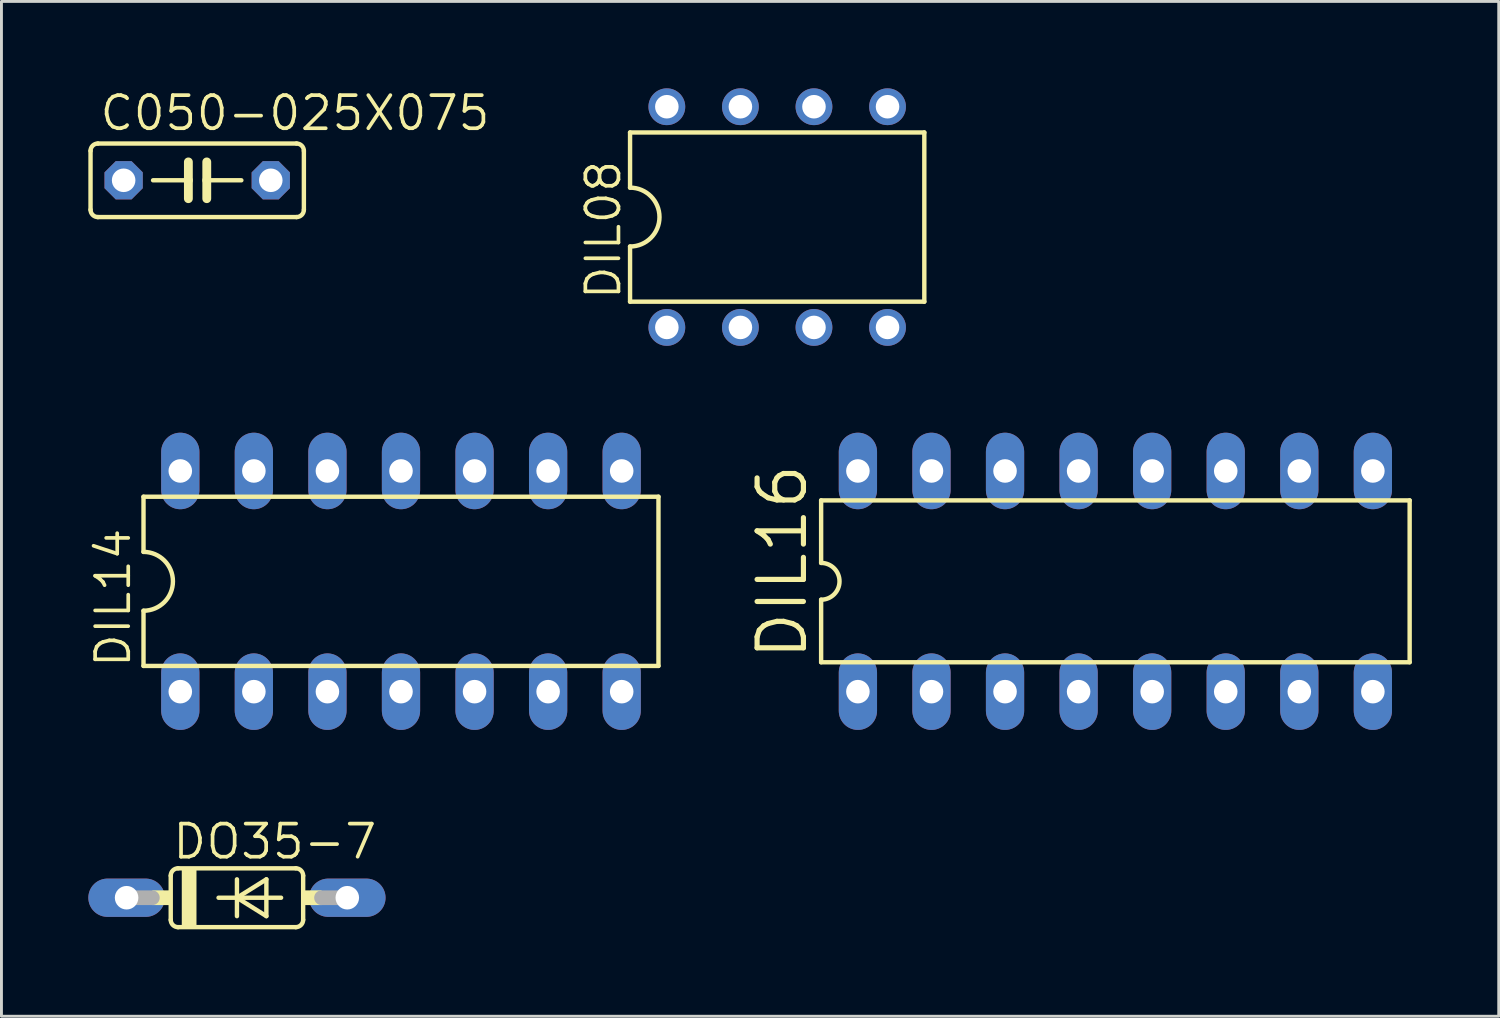
<source format=kicad_pcb>
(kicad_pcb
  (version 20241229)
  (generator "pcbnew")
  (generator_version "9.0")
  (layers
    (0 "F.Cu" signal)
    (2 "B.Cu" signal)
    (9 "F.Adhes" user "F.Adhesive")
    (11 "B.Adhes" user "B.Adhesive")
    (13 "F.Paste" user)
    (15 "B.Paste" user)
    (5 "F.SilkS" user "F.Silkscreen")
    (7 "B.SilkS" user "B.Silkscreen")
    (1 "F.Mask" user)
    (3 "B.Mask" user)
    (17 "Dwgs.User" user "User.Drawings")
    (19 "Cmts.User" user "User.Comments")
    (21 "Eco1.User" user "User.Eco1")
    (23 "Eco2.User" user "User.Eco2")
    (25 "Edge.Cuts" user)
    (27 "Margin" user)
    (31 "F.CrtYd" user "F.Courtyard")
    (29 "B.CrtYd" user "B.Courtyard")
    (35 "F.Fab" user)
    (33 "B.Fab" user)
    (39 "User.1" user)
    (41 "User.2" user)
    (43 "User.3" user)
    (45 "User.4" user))
  (footprint "DIL16"
    (layer "F.Cu")
    (at 35.461 17.021)
    (property "Reference" "DIL16" (at -10.566 2.794 90) (unlocked yes) (layer "F.SilkS") (effects (font (size 1.6 1.6) (thickness 0.178)) (justify left bottom)))
    (fp_line (start -10.16 -2.794) (end -10.16 -0.635) (stroke (width 0.152) (type solid)) (layer "F.SilkS"))
    (fp_line (start -10.16 0.635) (end -10.16 2.794) (stroke (width 0.152) (type solid)) (layer "F.SilkS"))
    (fp_line (start -10.16 2.794) (end 10.16 2.794) (stroke (width 0.152) (type solid)) (layer "F.SilkS"))
    (fp_line (start 10.16 -2.794) (end -10.16 -2.794) (stroke (width 0.152) (type solid)) (layer "F.SilkS"))
    (fp_line (start 10.16 2.794) (end 10.16 -2.794) (stroke (width 0.152) (type solid)) (layer "F.SilkS"))
    (fp_arc (start -10.16 -0.635) (mid -9.525 0) (end -10.16 0.635) (stroke (width 0.1524) (type solid)) (layer "F.SilkS"))
    (pad "1" thru_hole oval (at -8.89 3.81 90) (size 2.642 1.321) (drill 0.813) (layers "*.Cu" "*.Mask"))
    (pad "2" thru_hole oval (at -6.35 3.81 90) (size 2.642 1.321) (drill 0.813) (layers "*.Cu" "*.Mask"))
    (pad "3" thru_hole oval (at -3.81 3.81 90) (size 2.642 1.321) (drill 0.813) (layers "*.Cu" "*.Mask"))
    (pad "4" thru_hole oval (at -1.27 3.81 90) (size 2.642 1.321) (drill 0.813) (layers "*.Cu" "*.Mask"))
    (pad "5" thru_hole oval (at 1.27 3.81 90) (size 2.642 1.321) (drill 0.813) (layers "*.Cu" "*.Mask"))
    (pad "6" thru_hole oval (at 3.81 3.81 90) (size 2.642 1.321) (drill 0.813) (layers "*.Cu" "*.Mask"))
    (pad "7" thru_hole oval (at 6.35 3.81 90) (size 2.642 1.321) (drill 0.813) (layers "*.Cu" "*.Mask"))
    (pad "8" thru_hole oval (at 8.89 3.81 90) (size 2.642 1.321) (drill 0.813) (layers "*.Cu" "*.Mask"))
    (pad "9" thru_hole oval (at 8.89 -3.81 90) (size 2.642 1.321) (drill 0.813) (layers "*.Cu" "*.Mask"))
    (pad "10" thru_hole oval (at 6.35 -3.81 90) (size 2.642 1.321) (drill 0.813) (layers "*.Cu" "*.Mask"))
    (pad "11" thru_hole oval (at 3.81 -3.81 90) (size 2.642 1.321) (drill 0.813) (layers "*.Cu" "*.Mask"))
    (pad "12" thru_hole oval (at 1.27 -3.81 90) (size 2.642 1.321) (drill 0.813) (layers "*.Cu" "*.Mask"))
    (pad "13" thru_hole oval (at -1.27 -3.81 90) (size 2.642 1.321) (drill 0.813) (layers "*.Cu" "*.Mask"))
    (pad "14" thru_hole oval (at -3.81 -3.81 90) (size 2.642 1.321) (drill 0.813) (layers "*.Cu" "*.Mask"))
    (pad "15" thru_hole oval (at -6.35 -3.81 90) (size 2.642 1.321) (drill 0.813) (layers "*.Cu" "*.Mask"))
    (pad "16" thru_hole oval (at -8.89 -3.81 90) (size 2.642 1.321) (drill 0.813) (layers "*.Cu" "*.Mask")))
  (footprint "C050-025X075"
    (layer "F.Cu")
    (at 3.759 3.175)
    (property "Reference" "C050-025X075" (at -3.429 -1.651 0) (unlocked yes) (layer "F.SilkS") (effects (font (size 1.143 1.143) (thickness 0.127)) (justify left bottom)))
    (fp_line (start -3.683 -1.016) (end -3.683 1.016) (stroke (width 0.152) (type solid)) (layer "F.SilkS"))
    (fp_line (start -3.429 1.27) (end 3.429 1.27) (stroke (width 0.152) (type solid)) (layer "F.SilkS"))
    (fp_line (start -0.305 -0.635) (end -0.305 0) (stroke (width 0.305) (type solid)) (layer "F.SilkS"))
    (fp_line (start -0.305 0) (end -1.524 0) (stroke (width 0.152) (type solid)) (layer "F.SilkS"))
    (fp_line (start -0.305 0) (end -0.305 0.635) (stroke (width 0.305) (type solid)) (layer "F.SilkS"))
    (fp_line (start 0.33 -0.635) (end 0.33 0) (stroke (width 0.305) (type solid)) (layer "F.SilkS"))
    (fp_line (start 0.33 0) (end 0.33 0.635) (stroke (width 0.305) (type solid)) (layer "F.SilkS"))
    (fp_line (start 0.33 0) (end 1.524 0) (stroke (width 0.152) (type solid)) (layer "F.SilkS"))
    (fp_line (start 3.429 -1.27) (end -3.429 -1.27) (stroke (width 0.152) (type solid)) (layer "F.SilkS"))
    (fp_line (start 3.683 1.016) (end 3.683 -1.016) (stroke (width 0.152) (type solid)) (layer "F.SilkS"))
    (fp_arc (start -3.683 -1.016) (mid -3.608605 -1.195605) (end -3.429 -1.27) (stroke (width 0.1524) (type solid)) (layer "F.SilkS"))
    (fp_arc (start -3.429 1.27) (mid -3.608605 1.195605) (end -3.683 1.016) (stroke (width 0.1524) (type solid)) (layer "F.SilkS"))
    (fp_arc (start 3.429 -1.27) (mid 3.608605 -1.195605) (end 3.683 -1.016) (stroke (width 0.1524) (type solid)) (layer "F.SilkS"))
    (fp_arc (start 3.683 1.016) (mid 3.608605 1.195605) (end 3.429 1.27) (stroke (width 0.1524) (type solid)) (layer "F.SilkS"))
    (pad "1" thru_hole roundrect (at -2.54 0) (size 1.321 1.321) (drill 0.813) (layers "*.Cu" "*.Mask") (roundrect_rratio 0.25) (chamfer_ratio 0.293) (chamfer top_left top_right bottom_left bottom_right))
    (pad "2" thru_hole roundrect (at 2.54 0) (size 1.321 1.321) (drill 0.813) (layers "*.Cu" "*.Mask") (roundrect_rratio 0.25) (chamfer_ratio 0.293) (chamfer top_left top_right bottom_left bottom_right)))
  (footprint "DO35-7"
    (layer "F.Cu")
    (at 5.131 27.946)
    (property "Reference" "DO35-7" (at -2.286 -1.27 0) (unlocked yes) (layer "F.SilkS") (effects (font (size 1.143 1.143) (thickness 0.127)) (justify left bottom)))
    (fp_line (start -2.286 -0.762) (end -2.286 0.762) (stroke (width 0.152) (type solid)) (layer "F.SilkS"))
    (fp_line (start -2.032 -1.016) (end 2.032 -1.016) (stroke (width 0.152) (type solid)) (layer "F.SilkS"))
    (fp_line (start -2.032 1.016) (end 2.032 1.016) (stroke (width 0.152) (type solid)) (layer "F.SilkS"))
    (fp_line (start -0.635 0) (end 0 0) (stroke (width 0.152) (type solid)) (layer "F.SilkS"))
    (fp_line (start 0 -0.635) (end 0 0) (stroke (width 0.152) (type solid)) (layer "F.SilkS"))
    (fp_line (start 0 0) (end 0 0.635) (stroke (width 0.152) (type solid)) (layer "F.SilkS"))
    (fp_line (start 0 0) (end 1.016 -0.635) (stroke (width 0.152) (type solid)) (layer "F.SilkS"))
    (fp_line (start 0 0) (end 1.524 0) (stroke (width 0.152) (type solid)) (layer "F.SilkS"))
    (fp_line (start 1.016 -0.635) (end 1.016 0.635) (stroke (width 0.152) (type solid)) (layer "F.SilkS"))
    (fp_line (start 1.016 0.635) (end 0 0) (stroke (width 0.152) (type solid)) (layer "F.SilkS"))
    (fp_line (start 2.286 -0.762) (end 2.286 0.762) (stroke (width 0.152) (type solid)) (layer "F.SilkS"))
    (fp_arc (start -2.286 -0.762) (mid -2.211605 -0.941605) (end -2.032 -1.016) (stroke (width 0.1524) (type solid)) (layer "F.SilkS"))
    (fp_arc (start -2.032 1.016) (mid -2.211605 0.941605) (end -2.286 0.762) (stroke (width 0.1524) (type solid)) (layer "F.SilkS"))
    (fp_arc (start 2.032 -1.016) (mid 2.211605 -0.941605) (end 2.286 -0.762) (stroke (width 0.1524) (type solid)) (layer "F.SilkS"))
    (fp_arc (start 2.286 0.762) (mid 2.211605 0.941605) (end 2.032 1.016) (stroke (width 0.1524) (type solid)) (layer "F.SilkS"))
    (fp_poly (pts (xy -2.921 0.254) (xy -2.286 0.254) (xy -2.286 -0.254) (xy -2.921 -0.254)) (stroke (width 0) (type default)) (fill yes) (layer "F.SilkS"))
    (fp_poly (pts (xy -1.905 1.016) (xy -1.397 1.016) (xy -1.397 -1.016) (xy -1.905 -1.016)) (stroke (width 0) (type default)) (fill yes) (layer "F.SilkS"))
    (fp_poly (pts (xy 2.286 0.254) (xy 2.921 0.254) (xy 2.921 -0.254) (xy 2.286 -0.254)) (stroke (width 0) (type default)) (fill yes) (layer "F.SilkS"))
    (fp_line (start -3.81 0) (end -2.921 0) (stroke (width 0.508) (type solid)) (layer "F.Fab"))
    (fp_line (start 3.81 0) (end 2.921 0) (stroke (width 0.508) (type solid)) (layer "F.Fab"))
    (pad "A" thru_hole oval (at 3.81 0) (size 2.642 1.321) (drill 0.813) (layers "*.Cu" "*.Mask"))
    (pad "C" thru_hole oval (at -3.81 0) (size 2.642 1.321) (drill 0.813) (layers "*.Cu" "*.Mask")))
  (footprint "DIL08"
    (layer "F.Cu")
    (at 23.784 4.445)
    (property "Reference" "DIL08" (at -5.334 2.921 90) (unlocked yes) (layer "F.SilkS") (effects (font (size 1.143 1.143) (thickness 0.127)) (justify left bottom)))
    (fp_line (start -5.08 -2.921) (end -5.08 -1.016) (stroke (width 0.152) (type solid)) (layer "F.SilkS"))
    (fp_line (start -5.08 2.921) (end -5.08 1.016) (stroke (width 0.152) (type solid)) (layer "F.SilkS"))
    (fp_line (start -5.08 2.921) (end 5.08 2.921) (stroke (width 0.152) (type solid)) (layer "F.SilkS"))
    (fp_line (start 5.08 -2.921) (end -5.08 -2.921) (stroke (width 0.152) (type solid)) (layer "F.SilkS"))
    (fp_line (start 5.08 -2.921) (end 5.08 2.921) (stroke (width 0.152) (type solid)) (layer "F.SilkS"))
    (fp_arc (start -5.08 -1.016) (mid -4.064 0) (end -5.08 1.016) (stroke (width 0.1524) (type solid)) (layer "F.SilkS"))
    (pad "1" thru_hole circle (at -3.81 3.81 90) (size 1.27 1.27) (drill 0.813) (layers "*.Cu" "*.Mask"))
    (pad "2" thru_hole circle (at -1.27 3.81 90) (size 1.27 1.27) (drill 0.813) (layers "*.Cu" "*.Mask"))
    (pad "3" thru_hole circle (at 1.27 3.81 90) (size 1.27 1.27) (drill 0.813) (layers "*.Cu" "*.Mask"))
    (pad "4" thru_hole circle (at 3.81 3.81 90) (size 1.27 1.27) (drill 0.813) (layers "*.Cu" "*.Mask"))
    (pad "5" thru_hole circle (at 3.81 -3.81 90) (size 1.27 1.27) (drill 0.813) (layers "*.Cu" "*.Mask"))
    (pad "6" thru_hole circle (at 1.27 -3.81 90) (size 1.27 1.27) (drill 0.813) (layers "*.Cu" "*.Mask"))
    (pad "7" thru_hole circle (at -1.27 -3.81 90) (size 1.27 1.27) (drill 0.813) (layers "*.Cu" "*.Mask"))
    (pad "8" thru_hole circle (at -3.81 -3.81 90) (size 1.27 1.27) (drill 0.813) (layers "*.Cu" "*.Mask")))
  (footprint "DIL14"
    (layer "F.Cu")
    (at 10.795 17.021)
    (property "Reference" "DIL14" (at -9.271 3.048 90) (unlocked yes) (layer "F.SilkS") (effects (font (size 1.143 1.143) (thickness 0.127)) (justify left bottom)))
    (fp_line (start -8.89 -2.921) (end -8.89 -1.016) (stroke (width 0.152) (type solid)) (layer "F.SilkS"))
    (fp_line (start -8.89 2.921) (end -8.89 1.016) (stroke (width 0.152) (type solid)) (layer "F.SilkS"))
    (fp_line (start -8.89 2.921) (end 8.89 2.921) (stroke (width 0.152) (type solid)) (layer "F.SilkS"))
    (fp_line (start 8.89 -2.921) (end -8.89 -2.921) (stroke (width 0.152) (type solid)) (layer "F.SilkS"))
    (fp_line (start 8.89 -2.921) (end 8.89 2.921) (stroke (width 0.152) (type solid)) (layer "F.SilkS"))
    (fp_arc (start -8.89 -1.016) (mid -7.874 0) (end -8.89 1.016) (stroke (width 0.1524) (type solid)) (layer "F.SilkS"))
    (pad "1" thru_hole oval (at -7.62 3.81 90) (size 2.642 1.321) (drill 0.813) (layers "*.Cu" "*.Mask"))
    (pad "2" thru_hole oval (at -5.08 3.81 90) (size 2.642 1.321) (drill 0.813) (layers "*.Cu" "*.Mask"))
    (pad "3" thru_hole oval (at -2.54 3.81 90) (size 2.642 1.321) (drill 0.813) (layers "*.Cu" "*.Mask"))
    (pad "4" thru_hole oval (at 0 3.81 90) (size 2.642 1.321) (drill 0.813) (layers "*.Cu" "*.Mask"))
    (pad "5" thru_hole oval (at 2.54 3.81 90) (size 2.642 1.321) (drill 0.813) (layers "*.Cu" "*.Mask"))
    (pad "6" thru_hole oval (at 5.08 3.81 90) (size 2.642 1.321) (drill 0.813) (layers "*.Cu" "*.Mask"))
    (pad "7" thru_hole oval (at 7.62 3.81 90) (size 2.642 1.321) (drill 0.813) (layers "*.Cu" "*.Mask"))
    (pad "8" thru_hole oval (at 7.62 -3.81 90) (size 2.642 1.321) (drill 0.813) (layers "*.Cu" "*.Mask"))
    (pad "9" thru_hole oval (at 5.08 -3.81 90) (size 2.642 1.321) (drill 0.813) (layers "*.Cu" "*.Mask"))
    (pad "10" thru_hole oval (at 2.54 -3.81 90) (size 2.642 1.321) (drill 0.813) (layers "*.Cu" "*.Mask"))
    (pad "11" thru_hole oval (at 0 -3.81 90) (size 2.642 1.321) (drill 0.813) (layers "*.Cu" "*.Mask"))
    (pad "12" thru_hole oval (at -2.54 -3.81 90) (size 2.642 1.321) (drill 0.813) (layers "*.Cu" "*.Mask"))
    (pad "13" thru_hole oval (at -5.08 -3.81 90) (size 2.642 1.321) (drill 0.813) (layers "*.Cu" "*.Mask"))
    (pad "14" thru_hole oval (at -7.62 -3.81 90) (size 2.642 1.321) (drill 0.813) (layers "*.Cu" "*.Mask")))
  (gr_rect
    (start -3 -3)
    (end 48.697 32.038)
    (stroke (width 0.1) (type default))
    (fill no)
    (layer "Edge.Cuts")))
</source>
